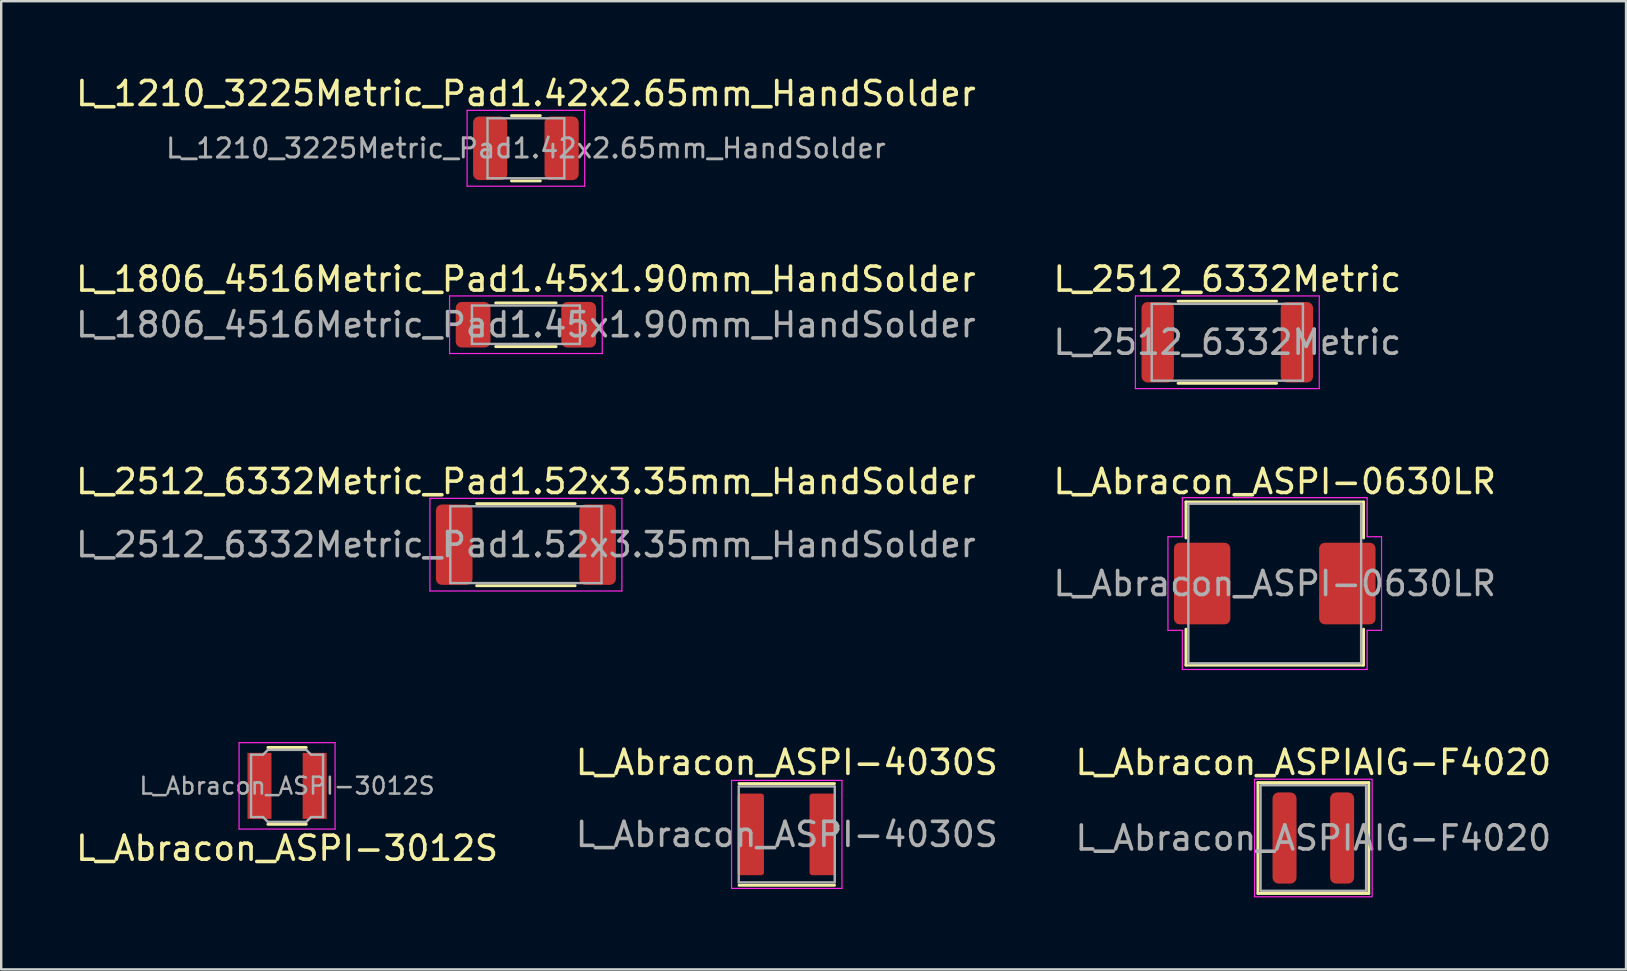
<source format=kicad_pcb>
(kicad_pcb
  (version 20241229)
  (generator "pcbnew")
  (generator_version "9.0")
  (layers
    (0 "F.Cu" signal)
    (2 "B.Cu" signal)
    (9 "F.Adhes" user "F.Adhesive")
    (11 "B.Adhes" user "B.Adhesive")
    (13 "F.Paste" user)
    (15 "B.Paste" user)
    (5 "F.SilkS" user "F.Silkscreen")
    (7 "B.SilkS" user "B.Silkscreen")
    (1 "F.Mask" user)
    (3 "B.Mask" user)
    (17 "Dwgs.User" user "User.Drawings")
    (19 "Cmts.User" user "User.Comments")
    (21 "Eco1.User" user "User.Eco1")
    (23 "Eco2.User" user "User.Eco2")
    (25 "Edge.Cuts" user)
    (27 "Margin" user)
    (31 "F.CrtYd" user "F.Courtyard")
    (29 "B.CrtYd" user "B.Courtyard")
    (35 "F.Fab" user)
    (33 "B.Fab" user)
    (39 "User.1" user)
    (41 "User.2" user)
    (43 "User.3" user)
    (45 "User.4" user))
  (footprint "L_Abracon_ASPI-0630LR"
    (layer "F.Cu")
    (at 50.065 21.265)
    (property "Reference" "L_Abracon_ASPI-0630LR" (at 0 -4.25 0) (layer "F.SilkS") (effects (font (size 1 1) (thickness 0.15))))
    (attr smd)
    (fp_line (start -3.7 -3.4) (end -3.7 -1.9) (stroke (width 0.12) (type solid)) (layer "F.SilkS"))
    (fp_line (start -3.7 3.4) (end -3.7 1.9) (stroke (width 0.12) (type solid)) (layer "F.SilkS"))
    (fp_line (start -3.7 3.4) (end 3.7 3.4) (stroke (width 0.12) (type solid)) (layer "F.SilkS"))
    (fp_line (start 3.7 -3.4) (end -3.7 -3.4) (stroke (width 0.12) (type solid)) (layer "F.SilkS"))
    (fp_line (start 3.7 -3.4) (end 3.7 -1.9) (stroke (width 0.12) (type solid)) (layer "F.SilkS"))
    (fp_line (start 3.7 3.4) (end 3.7 1.9) (stroke (width 0.12) (type solid)) (layer "F.SilkS"))
    (fp_line (start -4.45 -1.95) (end -4.45 1.95) (stroke (width 0.05) (type solid)) (layer "F.CrtYd"))
    (fp_line (start -4.45 1.95) (end -3.85 1.95) (stroke (width 0.05) (type solid)) (layer "F.CrtYd"))
    (fp_line (start -3.85 -3.58) (end -3.85 -1.95) (stroke (width 0.05) (type solid)) (layer "F.CrtYd"))
    (fp_line (start -3.85 -1.95) (end -4.45 -1.95) (stroke (width 0.05) (type solid)) (layer "F.CrtYd"))
    (fp_line (start -3.85 1.95) (end -3.85 3.58) (stroke (width 0.05) (type solid)) (layer "F.CrtYd"))
    (fp_line (start -3.85 3.58) (end 3.85 3.58) (stroke (width 0.05) (type solid)) (layer "F.CrtYd"))
    (fp_line (start 3.85 -3.58) (end -3.85 -3.58) (stroke (width 0.05) (type solid)) (layer "F.CrtYd"))
    (fp_line (start 3.85 -1.95) (end 3.85 -3.58) (stroke (width 0.05) (type solid)) (layer "F.CrtYd"))
    (fp_line (start 3.85 1.95) (end 4.45 1.95) (stroke (width 0.05) (type solid)) (layer "F.CrtYd"))
    (fp_line (start 3.85 3.58) (end 3.85 1.95) (stroke (width 0.05) (type solid)) (layer "F.CrtYd"))
    (fp_line (start 4.45 -1.95) (end 3.85 -1.95) (stroke (width 0.05) (type solid)) (layer "F.CrtYd"))
    (fp_line (start 4.45 1.95) (end 4.45 -1.95) (stroke (width 0.05) (type solid)) (layer "F.CrtYd"))
    (fp_line (start -3.6 -3.325) (end 3.6 -3.325) (stroke (width 0.1) (type solid)) (layer "F.Fab"))
    (fp_line (start -3.6 3.325) (end -3.6 -3.325) (stroke (width 0.1) (type solid)) (layer "F.Fab"))
    (fp_line (start 3.6 -3.325) (end 3.6 3.325) (stroke (width 0.1) (type solid)) (layer "F.Fab"))
    (fp_line (start 3.6 3.325) (end -3.6 3.325) (stroke (width 0.1) (type solid)) (layer "F.Fab"))
    (fp_text user "${REFERENCE}" (at 0 0 0) (layer "F.Fab") (effects (font (size 1 1) (thickness 0.15))))
    (pad "1" smd roundrect (at -3.025 0) (size 2.35 3.4) (layers "F.Cu" "F.Mask" "F.Paste") (roundrect_rratio 0.1))
    (pad "2" smd roundrect (at 3.025 0) (size 2.35 3.4) (layers "F.Cu" "F.Mask" "F.Paste") (roundrect_rratio 0.1)))
  (footprint "L_Abracon_ASPI-4030S"
    (layer "F.Cu")
    (at 29.732 31.718)
    (property "Reference" "L_Abracon_ASPI-4030S" (at 0 -3 0) (layer "F.SilkS") (effects (font (size 1 1) (thickness 0.15))))
    (attr smd)
    (fp_line (start -1.99 -2.12) (end 1.99 -2.12) (stroke (width 0.12) (type solid)) (layer "F.SilkS"))
    (fp_line (start -1.99 2.12) (end 1.99 2.12) (stroke (width 0.12) (type solid)) (layer "F.SilkS"))
    (fp_line (start -2.3 -2.25) (end -2.3 2.25) (stroke (width 0.05) (type solid)) (layer "F.CrtYd"))
    (fp_line (start -2.3 2.25) (end 2.3 2.25) (stroke (width 0.05) (type solid)) (layer "F.CrtYd"))
    (fp_line (start 2.3 -2.25) (end -2.3 -2.25) (stroke (width 0.05) (type solid)) (layer "F.CrtYd"))
    (fp_line (start 2.3 2.25) (end 2.3 -2.25) (stroke (width 0.05) (type solid)) (layer "F.CrtYd"))
    (fp_line (start -2 -2) (end 2 -2) (stroke (width 0.1) (type solid)) (layer "F.Fab"))
    (fp_line (start -2 2) (end -2 -2) (stroke (width 0.1) (type solid)) (layer "F.Fab"))
    (fp_line (start 2 -2) (end 2 2) (stroke (width 0.1) (type solid)) (layer "F.Fab"))
    (fp_line (start 2 2) (end -2 2) (stroke (width 0.1) (type solid)) (layer "F.Fab"))
    (fp_text user "${REFERENCE}" (at 0 0 0) (layer "F.Fab") (effects (font (size 1 1) (thickness 0.15))))
    (pad "1" smd roundrect (at -1.5 0) (size 1.1 3.4) (layers "F.Cu" "F.Mask" "F.Paste") (roundrect_rratio 0.1))
    (pad "2" smd roundrect (at 1.5 0) (size 1.1 3.4) (layers "F.Cu" "F.Mask" "F.Paste") (roundrect_rratio 0.1)))
  (footprint "L_1210_3225Metric_Pad1.42x2.65mm_HandSolder"
    (layer "F.Cu")
    (at 18.863 3.128)
    (property "Reference" "L_1210_3225Metric_Pad1.42x2.65mm_HandSolder" (at 0 -2.28 0) (layer "F.SilkS") (effects (font (size 1 1) (thickness 0.15))))
    (attr smd)
    (fp_line (start -0.602 -1.36) (end 0.602 -1.36) (stroke (width 0.12) (type solid)) (layer "F.SilkS"))
    (fp_line (start -0.602 1.36) (end 0.602 1.36) (stroke (width 0.12) (type solid)) (layer "F.SilkS"))
    (fp_line (start -2.45 -1.58) (end 2.45 -1.58) (stroke (width 0.05) (type solid)) (layer "F.CrtYd"))
    (fp_line (start -2.45 1.58) (end -2.45 -1.58) (stroke (width 0.05) (type solid)) (layer "F.CrtYd"))
    (fp_line (start 2.45 -1.58) (end 2.45 1.58) (stroke (width 0.05) (type solid)) (layer "F.CrtYd"))
    (fp_line (start 2.45 1.58) (end -2.45 1.58) (stroke (width 0.05) (type solid)) (layer "F.CrtYd"))
    (fp_line (start -1.6 -1.25) (end 1.6 -1.25) (stroke (width 0.1) (type solid)) (layer "F.Fab"))
    (fp_line (start -1.6 1.25) (end -1.6 -1.25) (stroke (width 0.1) (type solid)) (layer "F.Fab"))
    (fp_line (start 1.6 -1.25) (end 1.6 1.25) (stroke (width 0.1) (type solid)) (layer "F.Fab"))
    (fp_line (start 1.6 1.25) (end -1.6 1.25) (stroke (width 0.1) (type solid)) (layer "F.Fab"))
    (fp_text user "${REFERENCE}" (at 0 0 0) (layer "F.Fab") (effects (font (size 0.8 0.8) (thickness 0.12))))
    (pad "1" smd roundrect (at -1.488 0) (size 1.425 2.65) (layers "F.Cu" "F.Mask" "F.Paste") (roundrect_rratio 0.175))
    (pad "2" smd roundrect (at 1.488 0) (size 1.425 2.65) (layers "F.Cu" "F.Mask" "F.Paste") (roundrect_rratio 0.175)))
  (footprint "L_1806_4516Metric_Pad1.45x1.90mm_HandSolder"
    (layer "F.Cu")
    (at 18.863 10.482)
    (property "Reference" "L_1806_4516Metric_Pad1.45x1.90mm_HandSolder" (at 0 -1.9 0) (layer "F.SilkS") (effects (font (size 1 1) (thickness 0.15))))
    (attr smd)
    (fp_line (start -1.26 -0.91) (end 1.26 -0.91) (stroke (width 0.12) (type solid)) (layer "F.SilkS"))
    (fp_line (start -1.26 0.91) (end 1.26 0.91) (stroke (width 0.12) (type solid)) (layer "F.SilkS"))
    (fp_line (start -3.18 -1.2) (end 3.18 -1.2) (stroke (width 0.05) (type solid)) (layer "F.CrtYd"))
    (fp_line (start -3.18 1.2) (end -3.18 -1.2) (stroke (width 0.05) (type solid)) (layer "F.CrtYd"))
    (fp_line (start 3.18 -1.2) (end 3.18 1.2) (stroke (width 0.05) (type solid)) (layer "F.CrtYd"))
    (fp_line (start 3.18 1.2) (end -3.18 1.2) (stroke (width 0.05) (type solid)) (layer "F.CrtYd"))
    (fp_line (start -2.25 -0.8) (end 2.25 -0.8) (stroke (width 0.1) (type solid)) (layer "F.Fab"))
    (fp_line (start -2.25 0.8) (end -2.25 -0.8) (stroke (width 0.1) (type solid)) (layer "F.Fab"))
    (fp_line (start 2.25 -0.8) (end 2.25 0.8) (stroke (width 0.1) (type solid)) (layer "F.Fab"))
    (fp_line (start 2.25 0.8) (end -2.25 0.8) (stroke (width 0.1) (type solid)) (layer "F.Fab"))
    (fp_text user "${REFERENCE}" (at 0 0 0) (layer "F.Fab") (effects (font (size 1 1) (thickness 0.15))))
    (pad "1" smd roundrect (at -2.2 0) (size 1.45 1.9) (layers "F.Cu" "F.Mask" "F.Paste") (roundrect_rratio 0.172))
    (pad "2" smd roundrect (at 2.2 0) (size 1.45 1.9) (layers "F.Cu" "F.Mask" "F.Paste") (roundrect_rratio 0.172)))
  (footprint "L_Abracon_ASPI-3012S"
    (layer "F.Cu")
    (at 8.911 29.695)
    (property "Reference" "L_Abracon_ASPI-3012S" (at 0 2.6 0) (layer "F.SilkS") (effects (font (size 1 1) (thickness 0.15))))
    (attr smd)
    (fp_line (start -0.8 -1.6) (end 0.8 -1.6) (stroke (width 0.12) (type solid)) (layer "F.SilkS"))
    (fp_line (start -0.8 1.6) (end 0.8 1.6) (stroke (width 0.12) (type solid)) (layer "F.SilkS"))
    (fp_line (start -2 -1.8) (end -2 1.8) (stroke (width 0.05) (type solid)) (layer "F.CrtYd"))
    (fp_line (start -2 1.8) (end 2 1.8) (stroke (width 0.05) (type solid)) (layer "F.CrtYd"))
    (fp_line (start 2 -1.8) (end -2 -1.8) (stroke (width 0.05) (type solid)) (layer "F.CrtYd"))
    (fp_line (start 2 1.8) (end 2 -1.8) (stroke (width 0.05) (type solid)) (layer "F.CrtYd"))
    (fp_line (start -1.5 -1.3) (end -1.5 1.3) (stroke (width 0.1) (type solid)) (layer "F.Fab"))
    (fp_line (start -1.5 1.3) (end -1 1.3) (stroke (width 0.1) (type solid)) (layer "F.Fab"))
    (fp_line (start -1 -1.3) (end -1.5 -1.3) (stroke (width 0.1) (type solid)) (layer "F.Fab"))
    (fp_line (start -1 1.3) (end -0.8 1.5) (stroke (width 0.1) (type solid)) (layer "F.Fab"))
    (fp_line (start -0.8 -1.5) (end -1 -1.3) (stroke (width 0.1) (type solid)) (layer "F.Fab"))
    (fp_line (start -0.8 1.5) (end 0.8 1.5) (stroke (width 0.1) (type solid)) (layer "F.Fab"))
    (fp_line (start 0.8 -1.5) (end -0.8 -1.5) (stroke (width 0.1) (type solid)) (layer "F.Fab"))
    (fp_line (start 0.8 1.5) (end 1 1.3) (stroke (width 0.1) (type solid)) (layer "F.Fab"))
    (fp_line (start 1 -1.3) (end 0.8 -1.5) (stroke (width 0.1) (type solid)) (layer "F.Fab"))
    (fp_line (start 1 1.3) (end 1.5 1.3) (stroke (width 0.1) (type solid)) (layer "F.Fab"))
    (fp_line (start 1.5 -1.3) (end 1 -1.3) (stroke (width 0.1) (type solid)) (layer "F.Fab"))
    (fp_line (start 1.5 1.3) (end 1.5 -1.3) (stroke (width 0.1) (type solid)) (layer "F.Fab"))
    (fp_text user "${REFERENCE}" (at 0 0 0) (layer "F.Fab") (effects (font (size 0.7 0.7) (thickness 0.105))))
    (pad "1" smd rect (at -1.15 0) (size 1 2.75) (layers "F.Cu" "F.Mask" "F.Paste"))
    (pad "2" smd rect (at 1.15 0) (size 1 2.75) (layers "F.Cu" "F.Mask" "F.Paste")))
  (footprint "L_2512_6332Metric"
    (layer "F.Cu")
    (at 48.089 11.211)
    (property "Reference" "L_2512_6332Metric" (at 0 -2.63 0) (layer "F.SilkS") (effects (font (size 1 1) (thickness 0.15))))
    (attr smd)
    (fp_line (start -2.052 -1.71) (end 2.052 -1.71) (stroke (width 0.12) (type solid)) (layer "F.SilkS"))
    (fp_line (start -2.052 1.71) (end 2.052 1.71) (stroke (width 0.12) (type solid)) (layer "F.SilkS"))
    (fp_line (start -3.83 -1.93) (end 3.83 -1.93) (stroke (width 0.05) (type solid)) (layer "F.CrtYd"))
    (fp_line (start -3.83 1.93) (end -3.83 -1.93) (stroke (width 0.05) (type solid)) (layer "F.CrtYd"))
    (fp_line (start 3.83 -1.93) (end 3.83 1.93) (stroke (width 0.05) (type solid)) (layer "F.CrtYd"))
    (fp_line (start 3.83 1.93) (end -3.83 1.93) (stroke (width 0.05) (type solid)) (layer "F.CrtYd"))
    (fp_line (start -3.15 -1.6) (end 3.15 -1.6) (stroke (width 0.1) (type solid)) (layer "F.Fab"))
    (fp_line (start -3.15 1.6) (end -3.15 -1.6) (stroke (width 0.1) (type solid)) (layer "F.Fab"))
    (fp_line (start 3.15 -1.6) (end 3.15 1.6) (stroke (width 0.1) (type solid)) (layer "F.Fab"))
    (fp_line (start 3.15 1.6) (end -3.15 1.6) (stroke (width 0.1) (type solid)) (layer "F.Fab"))
    (fp_text user "${REFERENCE}" (at 0 0 0) (layer "F.Fab") (effects (font (size 1 1) (thickness 0.15))))
    (pad "1" smd roundrect (at -2.9 0) (size 1.35 3.35) (layers "F.Cu" "F.Mask" "F.Paste") (roundrect_rratio 0.185))
    (pad "2" smd roundrect (at 2.9 0) (size 1.35 3.35) (layers "F.Cu" "F.Mask" "F.Paste") (roundrect_rratio 0.185)))
  (footprint "L_2512_6332Metric_Pad1.52x3.35mm_HandSolder"
    (layer "F.Cu")
    (at 18.863 19.645)
    (property "Reference" "L_2512_6332Metric_Pad1.52x3.35mm_HandSolder" (at 0 -2.63 0) (layer "F.SilkS") (effects (font (size 1 1) (thickness 0.15))))
    (attr smd)
    (fp_line (start -2.052 -1.71) (end 2.052 -1.71) (stroke (width 0.12) (type solid)) (layer "F.SilkS"))
    (fp_line (start -2.052 1.71) (end 2.052 1.71) (stroke (width 0.12) (type solid)) (layer "F.SilkS"))
    (fp_line (start -4 -1.93) (end 4 -1.93) (stroke (width 0.05) (type solid)) (layer "F.CrtYd"))
    (fp_line (start -4 1.93) (end -4 -1.93) (stroke (width 0.05) (type solid)) (layer "F.CrtYd"))
    (fp_line (start 4 -1.93) (end 4 1.93) (stroke (width 0.05) (type solid)) (layer "F.CrtYd"))
    (fp_line (start 4 1.93) (end -4 1.93) (stroke (width 0.05) (type solid)) (layer "F.CrtYd"))
    (fp_line (start -3.15 -1.6) (end 3.15 -1.6) (stroke (width 0.1) (type solid)) (layer "F.Fab"))
    (fp_line (start -3.15 1.6) (end -3.15 -1.6) (stroke (width 0.1) (type solid)) (layer "F.Fab"))
    (fp_line (start 3.15 -1.6) (end 3.15 1.6) (stroke (width 0.1) (type solid)) (layer "F.Fab"))
    (fp_line (start 3.15 1.6) (end -3.15 1.6) (stroke (width 0.1) (type solid)) (layer "F.Fab"))
    (fp_text user "${REFERENCE}" (at 0 0 0) (layer "F.Fab") (effects (font (size 1 1) (thickness 0.15))))
    (pad "1" smd roundrect (at -2.987 0) (size 1.525 3.35) (layers "F.Cu" "F.Mask" "F.Paste") (roundrect_rratio 0.164))
    (pad "2" smd roundrect (at 2.987 0) (size 1.525 3.35) (layers "F.Cu" "F.Mask" "F.Paste") (roundrect_rratio 0.164)))
  (footprint "L_Abracon_ASPIAIG-F4020"
    (layer "F.Cu")
    (at 51.673 31.868)
    (property "Reference" "L_Abracon_ASPIAIG-F4020" (at 0 -3.15 0) (layer "F.SilkS") (effects (font (size 1 1) (thickness 0.15))))
    (attr smd)
    (fp_line (start -2.31 -2.31) (end 2.31 -2.31) (stroke (width 0.12) (type solid)) (layer "F.SilkS"))
    (fp_line (start -2.31 2.31) (end -2.31 -2.31) (stroke (width 0.12) (type solid)) (layer "F.SilkS"))
    (fp_line (start 2.31 -2.31) (end 2.31 2.31) (stroke (width 0.12) (type solid)) (layer "F.SilkS"))
    (fp_line (start 2.31 2.31) (end -2.31 2.31) (stroke (width 0.12) (type solid)) (layer "F.SilkS"))
    (fp_rect (start -2.45 -2.45) (end 2.45 2.45) (stroke (width 0.05) (type solid)) (fill no) (layer "F.CrtYd"))
    (fp_rect (start -2.2 -2.2) (end 2.2 2.2) (stroke (width 0.1) (type solid)) (fill no) (layer "F.Fab"))
    (fp_text user "${REFERENCE}" (at 0 0 0) (layer "F.Fab") (effects (font (size 1 1) (thickness 0.15))))
    (pad "1" smd roundrect (at -1.2 0) (size 1 3.8) (layers "F.Cu" "F.Mask" "F.Paste") (roundrect_rratio 0.25))
    (pad "2" smd roundrect (at 1.2 0) (size 1 3.8) (layers "F.Cu" "F.Mask" "F.Paste") (roundrect_rratio 0.25)))
  (gr_rect
    (start -3 -3)
    (end 64.702 37.343)
    (stroke (width 0.1) (type default))
    (fill no)
    (layer "Edge.Cuts")))
</source>
